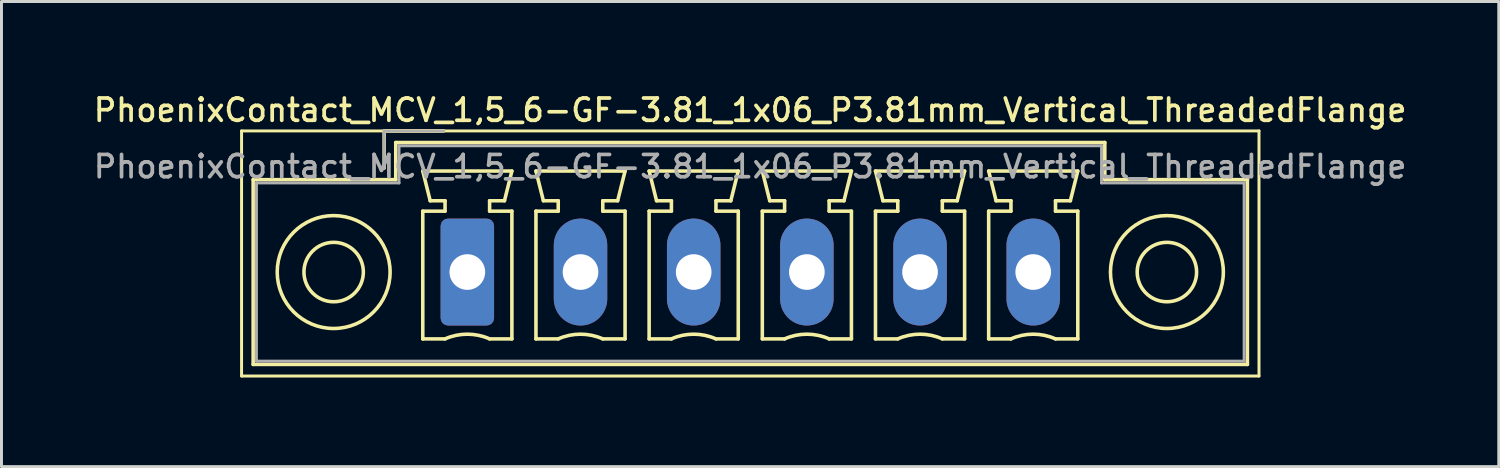
<source format=kicad_pcb>
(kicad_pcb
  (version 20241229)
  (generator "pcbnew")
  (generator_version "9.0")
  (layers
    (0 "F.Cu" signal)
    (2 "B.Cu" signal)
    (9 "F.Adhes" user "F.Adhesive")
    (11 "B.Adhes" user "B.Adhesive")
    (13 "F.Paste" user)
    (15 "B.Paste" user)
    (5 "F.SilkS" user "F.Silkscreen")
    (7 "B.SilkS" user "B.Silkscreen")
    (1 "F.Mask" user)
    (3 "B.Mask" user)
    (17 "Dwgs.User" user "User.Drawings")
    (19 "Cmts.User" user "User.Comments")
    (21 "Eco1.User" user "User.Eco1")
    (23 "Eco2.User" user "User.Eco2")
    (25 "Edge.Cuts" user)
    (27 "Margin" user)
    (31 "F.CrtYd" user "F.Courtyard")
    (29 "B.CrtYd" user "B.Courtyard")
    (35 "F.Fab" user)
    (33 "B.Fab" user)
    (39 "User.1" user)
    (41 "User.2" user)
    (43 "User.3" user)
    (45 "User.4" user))
  (footprint "PhoenixContact_MCV_1,5_6-GF-3.81_1x06_P3.81mm_Vertical_ThreadedFlange"
    (layer "F.Cu")
    (at 12.682 6.108)
    (property "Reference" "PhoenixContact_MCV_1,5_6-GF-3.81_1x06_P3.81mm_Vertical_ThreadedFlange" (at 9.52 -5.45 0) (layer "F.SilkS") (effects (font (size 0.75 0.75) (thickness 0.125))))
    (attr through_hole)
    (fp_line (start -7.6 -4.75) (end -7.6 3.5) (stroke (width 0.1) (type solid)) (layer "F.SilkS"))
    (fp_line (start -7.6 3.5) (end 26.65 3.5) (stroke (width 0.1) (type solid)) (layer "F.SilkS"))
    (fp_line (start -7.21 -3.11) (end -7.21 3.11) (stroke (width 0.12) (type solid)) (layer "F.SilkS"))
    (fp_line (start -7.21 3.11) (end 26.26 3.11) (stroke (width 0.12) (type solid)) (layer "F.SilkS"))
    (fp_line (start -2.8 -4.75) (end -0.8 -4.75) (stroke (width 0.12) (type solid)) (layer "F.SilkS"))
    (fp_line (start -2.8 -3.5) (end -2.8 -4.75) (stroke (width 0.12) (type solid)) (layer "F.SilkS"))
    (fp_line (start -2.41 -4.36) (end -2.41 -3.11) (stroke (width 0.12) (type solid)) (layer "F.SilkS"))
    (fp_line (start -2.41 -3.11) (end -7.21 -3.11) (stroke (width 0.12) (type solid)) (layer "F.SilkS"))
    (fp_line (start -1.5 -3.4) (end 1.5 -3.4) (stroke (width 0.12) (type solid)) (layer "F.SilkS"))
    (fp_line (start -1.5 -2.05) (end -0.75 -2.05) (stroke (width 0.12) (type solid)) (layer "F.SilkS"))
    (fp_line (start -1.5 2.25) (end -1.5 -2.05) (stroke (width 0.12) (type solid)) (layer "F.SilkS"))
    (fp_line (start -1.25 -2.4) (end -1.5 -3.4) (stroke (width 0.12) (type solid)) (layer "F.SilkS"))
    (fp_line (start -0.75 -2.4) (end -1.25 -2.4) (stroke (width 0.12) (type solid)) (layer "F.SilkS"))
    (fp_line (start -0.75 -2.05) (end -0.75 -2.4) (stroke (width 0.12) (type solid)) (layer "F.SilkS"))
    (fp_line (start -0.75 2.25) (end -1.5 2.25) (stroke (width 0.12) (type solid)) (layer "F.SilkS"))
    (fp_line (start 0.75 -2.4) (end 0.75 -2.05) (stroke (width 0.12) (type solid)) (layer "F.SilkS"))
    (fp_line (start 0.75 -2.05) (end 1.5 -2.05) (stroke (width 0.12) (type solid)) (layer "F.SilkS"))
    (fp_line (start 1.25 -2.4) (end 0.75 -2.4) (stroke (width 0.12) (type solid)) (layer "F.SilkS"))
    (fp_line (start 1.5 -3.4) (end 1.25 -2.4) (stroke (width 0.12) (type solid)) (layer "F.SilkS"))
    (fp_line (start 1.5 -2.05) (end 1.5 2.25) (stroke (width 0.12) (type solid)) (layer "F.SilkS"))
    (fp_line (start 1.5 2.25) (end 0.75 2.25) (stroke (width 0.12) (type solid)) (layer "F.SilkS"))
    (fp_line (start 2.31 -3.4) (end 5.31 -3.4) (stroke (width 0.12) (type solid)) (layer "F.SilkS"))
    (fp_line (start 2.31 -2.05) (end 3.06 -2.05) (stroke (width 0.12) (type solid)) (layer "F.SilkS"))
    (fp_line (start 2.31 2.25) (end 2.31 -2.05) (stroke (width 0.12) (type solid)) (layer "F.SilkS"))
    (fp_line (start 2.56 -2.4) (end 2.31 -3.4) (stroke (width 0.12) (type solid)) (layer "F.SilkS"))
    (fp_line (start 3.06 -2.4) (end 2.56 -2.4) (stroke (width 0.12) (type solid)) (layer "F.SilkS"))
    (fp_line (start 3.06 -2.05) (end 3.06 -2.4) (stroke (width 0.12) (type solid)) (layer "F.SilkS"))
    (fp_line (start 3.06 2.25) (end 2.31 2.25) (stroke (width 0.12) (type solid)) (layer "F.SilkS"))
    (fp_line (start 4.56 -2.4) (end 4.56 -2.05) (stroke (width 0.12) (type solid)) (layer "F.SilkS"))
    (fp_line (start 4.56 -2.05) (end 5.31 -2.05) (stroke (width 0.12) (type solid)) (layer "F.SilkS"))
    (fp_line (start 5.06 -2.4) (end 4.56 -2.4) (stroke (width 0.12) (type solid)) (layer "F.SilkS"))
    (fp_line (start 5.31 -3.4) (end 5.06 -2.4) (stroke (width 0.12) (type solid)) (layer "F.SilkS"))
    (fp_line (start 5.31 -2.05) (end 5.31 2.25) (stroke (width 0.12) (type solid)) (layer "F.SilkS"))
    (fp_line (start 5.31 2.25) (end 4.56 2.25) (stroke (width 0.12) (type solid)) (layer "F.SilkS"))
    (fp_line (start 6.12 -3.4) (end 9.12 -3.4) (stroke (width 0.12) (type solid)) (layer "F.SilkS"))
    (fp_line (start 6.12 -2.05) (end 6.87 -2.05) (stroke (width 0.12) (type solid)) (layer "F.SilkS"))
    (fp_line (start 6.12 2.25) (end 6.12 -2.05) (stroke (width 0.12) (type solid)) (layer "F.SilkS"))
    (fp_line (start 6.37 -2.4) (end 6.12 -3.4) (stroke (width 0.12) (type solid)) (layer "F.SilkS"))
    (fp_line (start 6.87 -2.4) (end 6.37 -2.4) (stroke (width 0.12) (type solid)) (layer "F.SilkS"))
    (fp_line (start 6.87 -2.05) (end 6.87 -2.4) (stroke (width 0.12) (type solid)) (layer "F.SilkS"))
    (fp_line (start 6.87 2.25) (end 6.12 2.25) (stroke (width 0.12) (type solid)) (layer "F.SilkS"))
    (fp_line (start 8.37 -2.4) (end 8.37 -2.05) (stroke (width 0.12) (type solid)) (layer "F.SilkS"))
    (fp_line (start 8.37 -2.05) (end 9.12 -2.05) (stroke (width 0.12) (type solid)) (layer "F.SilkS"))
    (fp_line (start 8.87 -2.4) (end 8.37 -2.4) (stroke (width 0.12) (type solid)) (layer "F.SilkS"))
    (fp_line (start 9.12 -3.4) (end 8.87 -2.4) (stroke (width 0.12) (type solid)) (layer "F.SilkS"))
    (fp_line (start 9.12 -2.05) (end 9.12 2.25) (stroke (width 0.12) (type solid)) (layer "F.SilkS"))
    (fp_line (start 9.12 2.25) (end 8.37 2.25) (stroke (width 0.12) (type solid)) (layer "F.SilkS"))
    (fp_line (start 9.93 -3.4) (end 12.93 -3.4) (stroke (width 0.12) (type solid)) (layer "F.SilkS"))
    (fp_line (start 9.93 -2.05) (end 10.68 -2.05) (stroke (width 0.12) (type solid)) (layer "F.SilkS"))
    (fp_line (start 9.93 2.25) (end 9.93 -2.05) (stroke (width 0.12) (type solid)) (layer "F.SilkS"))
    (fp_line (start 10.18 -2.4) (end 9.93 -3.4) (stroke (width 0.12) (type solid)) (layer "F.SilkS"))
    (fp_line (start 10.68 -2.4) (end 10.18 -2.4) (stroke (width 0.12) (type solid)) (layer "F.SilkS"))
    (fp_line (start 10.68 -2.05) (end 10.68 -2.4) (stroke (width 0.12) (type solid)) (layer "F.SilkS"))
    (fp_line (start 10.68 2.25) (end 9.93 2.25) (stroke (width 0.12) (type solid)) (layer "F.SilkS"))
    (fp_line (start 12.18 -2.4) (end 12.18 -2.05) (stroke (width 0.12) (type solid)) (layer "F.SilkS"))
    (fp_line (start 12.18 -2.05) (end 12.93 -2.05) (stroke (width 0.12) (type solid)) (layer "F.SilkS"))
    (fp_line (start 12.68 -2.4) (end 12.18 -2.4) (stroke (width 0.12) (type solid)) (layer "F.SilkS"))
    (fp_line (start 12.93 -3.4) (end 12.68 -2.4) (stroke (width 0.12) (type solid)) (layer "F.SilkS"))
    (fp_line (start 12.93 -2.05) (end 12.93 2.25) (stroke (width 0.12) (type solid)) (layer "F.SilkS"))
    (fp_line (start 12.93 2.25) (end 12.18 2.25) (stroke (width 0.12) (type solid)) (layer "F.SilkS"))
    (fp_line (start 13.74 -3.4) (end 16.74 -3.4) (stroke (width 0.12) (type solid)) (layer "F.SilkS"))
    (fp_line (start 13.74 -2.05) (end 14.49 -2.05) (stroke (width 0.12) (type solid)) (layer "F.SilkS"))
    (fp_line (start 13.74 2.25) (end 13.74 -2.05) (stroke (width 0.12) (type solid)) (layer "F.SilkS"))
    (fp_line (start 13.99 -2.4) (end 13.74 -3.4) (stroke (width 0.12) (type solid)) (layer "F.SilkS"))
    (fp_line (start 14.49 -2.4) (end 13.99 -2.4) (stroke (width 0.12) (type solid)) (layer "F.SilkS"))
    (fp_line (start 14.49 -2.05) (end 14.49 -2.4) (stroke (width 0.12) (type solid)) (layer "F.SilkS"))
    (fp_line (start 14.49 2.25) (end 13.74 2.25) (stroke (width 0.12) (type solid)) (layer "F.SilkS"))
    (fp_line (start 15.99 -2.4) (end 15.99 -2.05) (stroke (width 0.12) (type solid)) (layer "F.SilkS"))
    (fp_line (start 15.99 -2.05) (end 16.74 -2.05) (stroke (width 0.12) (type solid)) (layer "F.SilkS"))
    (fp_line (start 16.49 -2.4) (end 15.99 -2.4) (stroke (width 0.12) (type solid)) (layer "F.SilkS"))
    (fp_line (start 16.74 -3.4) (end 16.49 -2.4) (stroke (width 0.12) (type solid)) (layer "F.SilkS"))
    (fp_line (start 16.74 -2.05) (end 16.74 2.25) (stroke (width 0.12) (type solid)) (layer "F.SilkS"))
    (fp_line (start 16.74 2.25) (end 15.99 2.25) (stroke (width 0.12) (type solid)) (layer "F.SilkS"))
    (fp_line (start 17.55 -3.4) (end 20.55 -3.4) (stroke (width 0.12) (type solid)) (layer "F.SilkS"))
    (fp_line (start 17.55 -2.05) (end 18.3 -2.05) (stroke (width 0.12) (type solid)) (layer "F.SilkS"))
    (fp_line (start 17.55 2.25) (end 17.55 -2.05) (stroke (width 0.12) (type solid)) (layer "F.SilkS"))
    (fp_line (start 17.8 -2.4) (end 17.55 -3.4) (stroke (width 0.12) (type solid)) (layer "F.SilkS"))
    (fp_line (start 18.3 -2.4) (end 17.8 -2.4) (stroke (width 0.12) (type solid)) (layer "F.SilkS"))
    (fp_line (start 18.3 -2.05) (end 18.3 -2.4) (stroke (width 0.12) (type solid)) (layer "F.SilkS"))
    (fp_line (start 18.3 2.25) (end 17.55 2.25) (stroke (width 0.12) (type solid)) (layer "F.SilkS"))
    (fp_line (start 19.8 -2.4) (end 19.8 -2.05) (stroke (width 0.12) (type solid)) (layer "F.SilkS"))
    (fp_line (start 19.8 -2.05) (end 20.55 -2.05) (stroke (width 0.12) (type solid)) (layer "F.SilkS"))
    (fp_line (start 20.3 -2.4) (end 19.8 -2.4) (stroke (width 0.12) (type solid)) (layer "F.SilkS"))
    (fp_line (start 20.55 -3.4) (end 20.3 -2.4) (stroke (width 0.12) (type solid)) (layer "F.SilkS"))
    (fp_line (start 20.55 -2.05) (end 20.55 2.25) (stroke (width 0.12) (type solid)) (layer "F.SilkS"))
    (fp_line (start 20.55 2.25) (end 19.8 2.25) (stroke (width 0.12) (type solid)) (layer "F.SilkS"))
    (fp_line (start 21.46 -4.36) (end -2.41 -4.36) (stroke (width 0.12) (type solid)) (layer "F.SilkS"))
    (fp_line (start 21.46 -3.11) (end 21.46 -4.36) (stroke (width 0.12) (type solid)) (layer "F.SilkS"))
    (fp_line (start 26.26 -3.11) (end 21.46 -3.11) (stroke (width 0.12) (type solid)) (layer "F.SilkS"))
    (fp_line (start 26.26 3.11) (end 26.26 -3.11) (stroke (width 0.12) (type solid)) (layer "F.SilkS"))
    (fp_line (start 26.65 -4.75) (end -7.6 -4.75) (stroke (width 0.1) (type solid)) (layer "F.SilkS"))
    (fp_line (start 26.65 3.5) (end 26.65 -4.75) (stroke (width 0.1) (type solid)) (layer "F.SilkS"))
    (fp_arc (start -0.75 2.25) (mid -0.000193 2.09191) (end 0.749647 2.249844) (stroke (width 0.12) (type solid)) (layer "F.SilkS"))
    (fp_arc (start 3.06 2.25) (mid 3.809807 2.09191) (end 4.559647 2.249844) (stroke (width 0.12) (type solid)) (layer "F.SilkS"))
    (fp_arc (start 6.87 2.25) (mid 7.619807 2.09191) (end 8.369647 2.249844) (stroke (width 0.12) (type solid)) (layer "F.SilkS"))
    (fp_arc (start 10.68 2.25) (mid 11.429807 2.09191) (end 12.179647 2.249844) (stroke (width 0.12) (type solid)) (layer "F.SilkS"))
    (fp_arc (start 14.49 2.25) (mid 15.239807 2.09191) (end 15.989647 2.249844) (stroke (width 0.12) (type solid)) (layer "F.SilkS"))
    (fp_arc (start 18.3 2.25) (mid 19.049807 2.09191) (end 19.799647 2.249844) (stroke (width 0.12) (type solid)) (layer "F.SilkS"))
    (fp_circle (center -4.5 0) (end -3.5 0) (stroke (width 0.12) (type solid)) (fill no) (layer "F.SilkS"))
    (fp_circle (center -4.5 0) (end -2.6 0) (stroke (width 0.12) (type solid)) (fill no) (layer "F.SilkS"))
    (fp_circle (center 23.55 0) (end 24.55 0) (stroke (width 0.12) (type solid)) (fill no) (layer "F.SilkS"))
    (fp_circle (center 23.55 0) (end 25.45 0) (stroke (width 0.12) (type solid)) (fill no) (layer "F.SilkS"))
    (fp_line (start -7.1 -3) (end -7.1 3) (stroke (width 0.1) (type solid)) (layer "F.Fab"))
    (fp_line (start -7.1 3) (end 26.15 3) (stroke (width 0.1) (type solid)) (layer "F.Fab"))
    (fp_line (start -2.8 -4.75) (end -0.8 -4.75) (stroke (width 0.1) (type solid)) (layer "F.Fab"))
    (fp_line (start -2.8 -3.5) (end -2.8 -4.75) (stroke (width 0.1) (type solid)) (layer "F.Fab"))
    (fp_line (start -2.3 -4.25) (end -2.3 -3) (stroke (width 0.1) (type solid)) (layer "F.Fab"))
    (fp_line (start -2.3 -3) (end -7.1 -3) (stroke (width 0.1) (type solid)) (layer "F.Fab"))
    (fp_line (start 21.35 -4.25) (end -2.3 -4.25) (stroke (width 0.1) (type solid)) (layer "F.Fab"))
    (fp_line (start 21.35 -3) (end 21.35 -4.25) (stroke (width 0.1) (type solid)) (layer "F.Fab"))
    (fp_line (start 26.15 -3) (end 21.35 -3) (stroke (width 0.1) (type solid)) (layer "F.Fab"))
    (fp_line (start 26.15 3) (end 26.15 -3) (stroke (width 0.1) (type solid)) (layer "F.Fab"))
    (fp_text user "${REFERENCE}" (at 9.52 -3.55 0) (layer "F.Fab") (effects (font (size 0.75 0.75) (thickness 0.125))))
    (pad "1" thru_hole roundrect (at 0 0) (size 1.8 3.6) (drill 1.2) (layers "*.Cu" "*.Mask") (roundrect_rratio 0.139))
    (pad "2" thru_hole oval (at 3.81 0) (size 1.8 3.6) (drill 1.2) (layers "*.Cu" "*.Mask"))
    (pad "3" thru_hole oval (at 7.62 0) (size 1.8 3.6) (drill 1.2) (layers "*.Cu" "*.Mask"))
    (pad "4" thru_hole oval (at 11.43 0) (size 1.8 3.6) (drill 1.2) (layers "*.Cu" "*.Mask"))
    (pad "5" thru_hole oval (at 15.24 0) (size 1.8 3.6) (drill 1.2) (layers "*.Cu" "*.Mask"))
    (pad "6" thru_hole oval (at 19.05 0) (size 1.8 3.6) (drill 1.2) (layers "*.Cu" "*.Mask")))
  (gr_rect
    (start -3 -3)
    (end 47.404 12.658)
    (stroke (width 0.1) (type default))
    (fill no)
    (layer "Edge.Cuts")))
</source>
